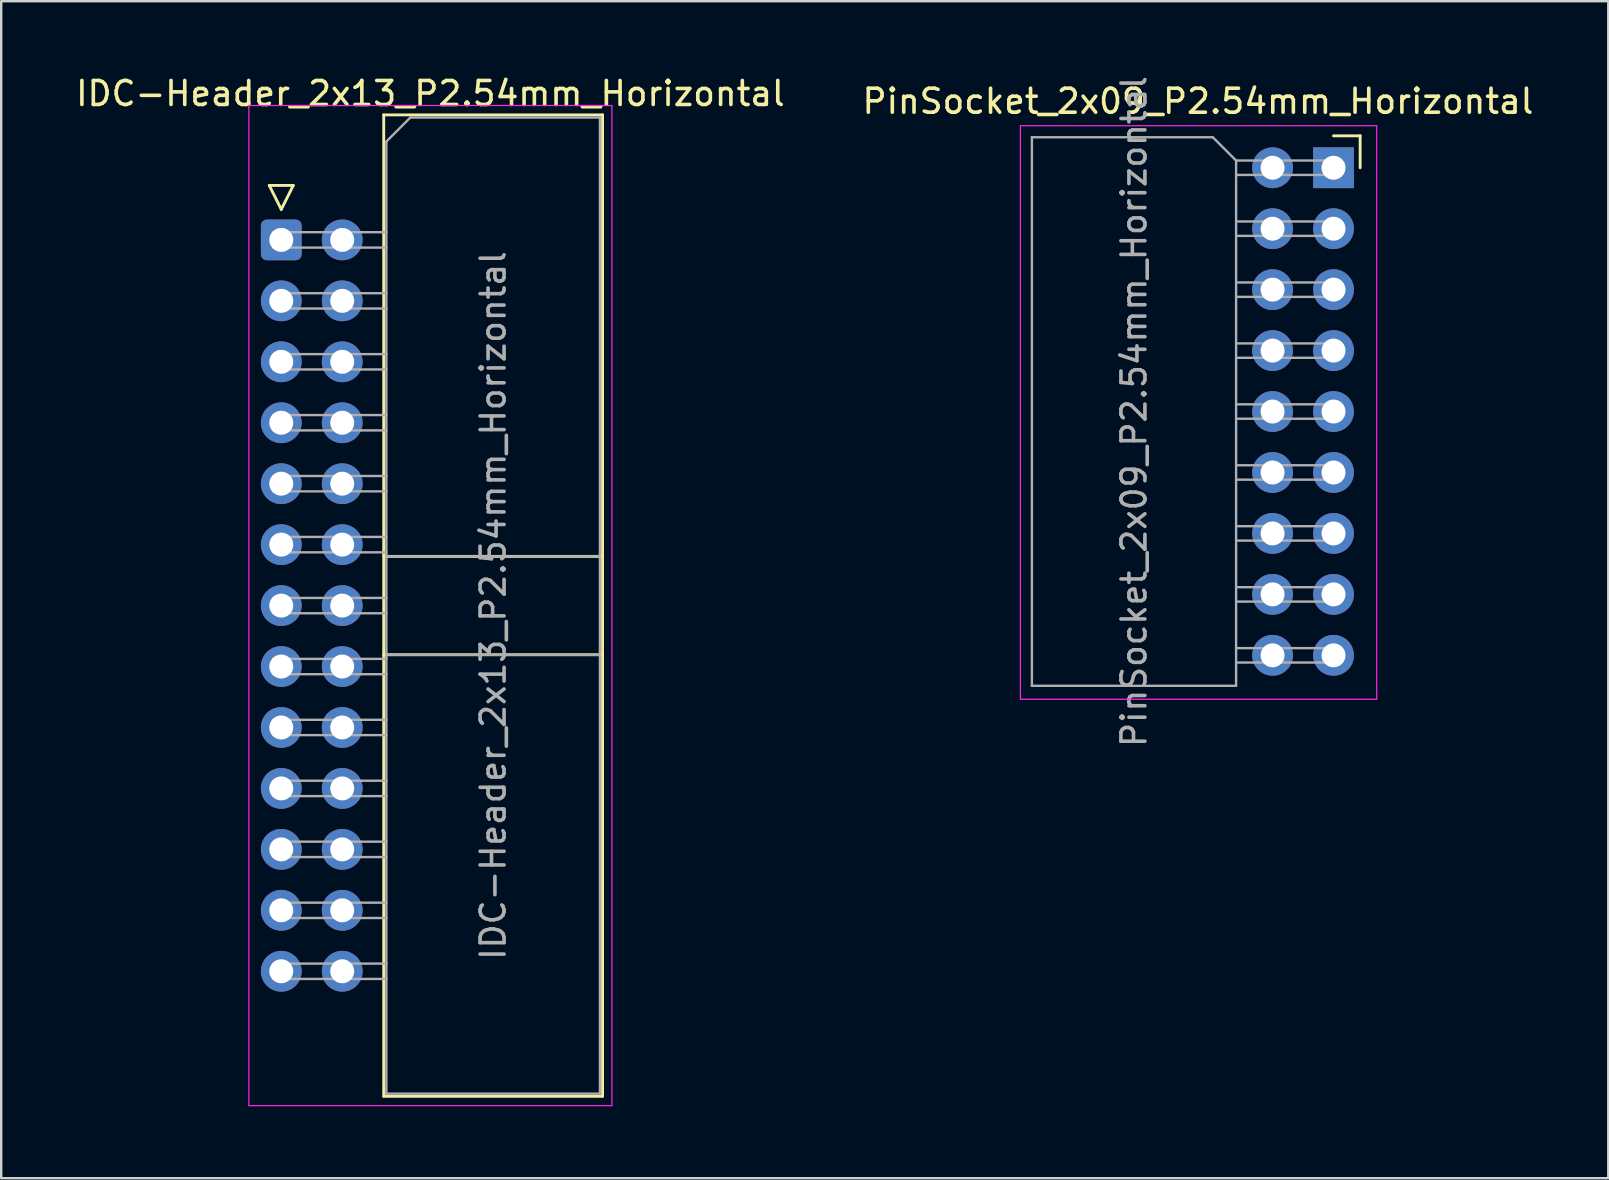
<source format=kicad_pcb>
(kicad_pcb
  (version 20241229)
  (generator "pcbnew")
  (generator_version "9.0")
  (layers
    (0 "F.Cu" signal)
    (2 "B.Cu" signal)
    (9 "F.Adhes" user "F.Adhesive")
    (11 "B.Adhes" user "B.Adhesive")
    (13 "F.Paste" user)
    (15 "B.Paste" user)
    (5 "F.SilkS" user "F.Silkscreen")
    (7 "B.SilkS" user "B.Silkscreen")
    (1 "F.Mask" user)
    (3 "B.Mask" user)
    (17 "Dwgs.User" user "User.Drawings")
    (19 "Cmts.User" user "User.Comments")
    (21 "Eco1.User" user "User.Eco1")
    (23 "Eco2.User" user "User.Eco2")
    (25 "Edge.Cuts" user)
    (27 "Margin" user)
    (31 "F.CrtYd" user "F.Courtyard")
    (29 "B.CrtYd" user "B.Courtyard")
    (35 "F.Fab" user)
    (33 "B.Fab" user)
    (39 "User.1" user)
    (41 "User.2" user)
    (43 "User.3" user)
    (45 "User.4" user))
  (footprint "PinSocket_2x09_P2.54mm_Horizontal"
    (layer "F.Cu")
    (at 52.525 3.941)
    (property "Reference" "PinSocket_2x09_P2.54mm_Horizontal" (at -5.65 -2.77 0) (layer "F.SilkS") (effects (font (size 1 1) (thickness 0.15))))
    (attr through_hole)
    (fp_line (start 0 -1.33) (end 1.11 -1.33) (stroke (width 0.12) (type solid)) (layer "F.SilkS"))
    (fp_line (start 1.11 -1.33) (end 1.11 0) (stroke (width 0.12) (type solid)) (layer "F.SilkS"))
    (fp_line (start -13.05 -1.75) (end -13.05 22.15) (stroke (width 0.05) (type solid)) (layer "F.CrtYd"))
    (fp_line (start -13.05 22.15) (end 1.8 22.15) (stroke (width 0.05) (type solid)) (layer "F.CrtYd"))
    (fp_line (start 1.8 -1.75) (end -13.05 -1.75) (stroke (width 0.05) (type solid)) (layer "F.CrtYd"))
    (fp_line (start 1.8 22.15) (end 1.8 -1.75) (stroke (width 0.05) (type solid)) (layer "F.CrtYd"))
    (fp_line (start -12.57 -1.27) (end -5.03 -1.27) (stroke (width 0.1) (type solid)) (layer "F.Fab"))
    (fp_line (start -12.57 21.59) (end -12.57 -1.27) (stroke (width 0.1) (type solid)) (layer "F.Fab"))
    (fp_line (start -5.03 -1.27) (end -4.06 -0.3) (stroke (width 0.1) (type solid)) (layer "F.Fab"))
    (fp_line (start -4.06 -0.3) (end -4.06 21.59) (stroke (width 0.1) (type solid)) (layer "F.Fab"))
    (fp_line (start -4.06 0.3) (end 0 0.3) (stroke (width 0.1) (type solid)) (layer "F.Fab"))
    (fp_line (start -4.06 2.84) (end 0 2.84) (stroke (width 0.1) (type solid)) (layer "F.Fab"))
    (fp_line (start -4.06 5.38) (end 0 5.38) (stroke (width 0.1) (type solid)) (layer "F.Fab"))
    (fp_line (start -4.06 7.92) (end 0 7.92) (stroke (width 0.1) (type solid)) (layer "F.Fab"))
    (fp_line (start -4.06 10.46) (end 0 10.46) (stroke (width 0.1) (type solid)) (layer "F.Fab"))
    (fp_line (start -4.06 13) (end 0 13) (stroke (width 0.1) (type solid)) (layer "F.Fab"))
    (fp_line (start -4.06 15.54) (end 0 15.54) (stroke (width 0.1) (type solid)) (layer "F.Fab"))
    (fp_line (start -4.06 18.08) (end 0 18.08) (stroke (width 0.1) (type solid)) (layer "F.Fab"))
    (fp_line (start -4.06 20.62) (end 0 20.62) (stroke (width 0.1) (type solid)) (layer "F.Fab"))
    (fp_line (start -4.06 21.59) (end -12.57 21.59) (stroke (width 0.1) (type solid)) (layer "F.Fab"))
    (fp_line (start 0 -0.3) (end -4.06 -0.3) (stroke (width 0.1) (type solid)) (layer "F.Fab"))
    (fp_line (start 0 0.3) (end 0 -0.3) (stroke (width 0.1) (type solid)) (layer "F.Fab"))
    (fp_line (start 0 2.24) (end -4.06 2.24) (stroke (width 0.1) (type solid)) (layer "F.Fab"))
    (fp_line (start 0 2.84) (end 0 2.24) (stroke (width 0.1) (type solid)) (layer "F.Fab"))
    (fp_line (start 0 4.78) (end -4.06 4.78) (stroke (width 0.1) (type solid)) (layer "F.Fab"))
    (fp_line (start 0 5.38) (end 0 4.78) (stroke (width 0.1) (type solid)) (layer "F.Fab"))
    (fp_line (start 0 7.32) (end -4.06 7.32) (stroke (width 0.1) (type solid)) (layer "F.Fab"))
    (fp_line (start 0 7.92) (end 0 7.32) (stroke (width 0.1) (type solid)) (layer "F.Fab"))
    (fp_line (start 0 9.86) (end -4.06 9.86) (stroke (width 0.1) (type solid)) (layer "F.Fab"))
    (fp_line (start 0 10.46) (end 0 9.86) (stroke (width 0.1) (type solid)) (layer "F.Fab"))
    (fp_line (start 0 12.4) (end -4.06 12.4) (stroke (width 0.1) (type solid)) (layer "F.Fab"))
    (fp_line (start 0 13) (end 0 12.4) (stroke (width 0.1) (type solid)) (layer "F.Fab"))
    (fp_line (start 0 14.94) (end -4.06 14.94) (stroke (width 0.1) (type solid)) (layer "F.Fab"))
    (fp_line (start 0 15.54) (end 0 14.94) (stroke (width 0.1) (type solid)) (layer "F.Fab"))
    (fp_line (start 0 17.48) (end -4.06 17.48) (stroke (width 0.1) (type solid)) (layer "F.Fab"))
    (fp_line (start 0 18.08) (end 0 17.48) (stroke (width 0.1) (type solid)) (layer "F.Fab"))
    (fp_line (start 0 20.02) (end -4.06 20.02) (stroke (width 0.1) (type solid)) (layer "F.Fab"))
    (fp_line (start 0 20.62) (end 0 20.02) (stroke (width 0.1) (type solid)) (layer "F.Fab"))
    (fp_text user "${REFERENCE}" (at -8.315 10.16 90) (layer "F.Fab") (effects (font (size 1 1) (thickness 0.15))))
    (pad "1" thru_hole rect (at 0 0) (size 1.7 1.7) (drill 1) (layers "*.Cu" "*.Mask"))
    (pad "2" thru_hole oval (at -2.54 0) (size 1.7 1.7) (drill 1) (layers "*.Cu" "*.Mask"))
    (pad "3" thru_hole oval (at 0 2.54) (size 1.7 1.7) (drill 1) (layers "*.Cu" "*.Mask"))
    (pad "4" thru_hole oval (at -2.54 2.54) (size 1.7 1.7) (drill 1) (layers "*.Cu" "*.Mask"))
    (pad "5" thru_hole oval (at 0 5.08) (size 1.7 1.7) (drill 1) (layers "*.Cu" "*.Mask"))
    (pad "6" thru_hole oval (at -2.54 5.08) (size 1.7 1.7) (drill 1) (layers "*.Cu" "*.Mask"))
    (pad "7" thru_hole oval (at 0 7.62) (size 1.7 1.7) (drill 1) (layers "*.Cu" "*.Mask"))
    (pad "8" thru_hole oval (at -2.54 7.62) (size 1.7 1.7) (drill 1) (layers "*.Cu" "*.Mask"))
    (pad "9" thru_hole oval (at 0 10.16) (size 1.7 1.7) (drill 1) (layers "*.Cu" "*.Mask"))
    (pad "10" thru_hole oval (at -2.54 10.16) (size 1.7 1.7) (drill 1) (layers "*.Cu" "*.Mask"))
    (pad "11" thru_hole oval (at 0 12.7) (size 1.7 1.7) (drill 1) (layers "*.Cu" "*.Mask"))
    (pad "12" thru_hole oval (at -2.54 12.7) (size 1.7 1.7) (drill 1) (layers "*.Cu" "*.Mask"))
    (pad "13" thru_hole oval (at 0 15.24) (size 1.7 1.7) (drill 1) (layers "*.Cu" "*.Mask"))
    (pad "14" thru_hole oval (at -2.54 15.24) (size 1.7 1.7) (drill 1) (layers "*.Cu" "*.Mask"))
    (pad "15" thru_hole oval (at 0 17.78) (size 1.7 1.7) (drill 1) (layers "*.Cu" "*.Mask"))
    (pad "16" thru_hole oval (at -2.54 17.78) (size 1.7 1.7) (drill 1) (layers "*.Cu" "*.Mask"))
    (pad "17" thru_hole oval (at 0 20.32) (size 1.7 1.7) (drill 1) (layers "*.Cu" "*.Mask"))
    (pad "18" thru_hole oval (at -2.54 20.32) (size 1.7 1.7) (drill 1) (layers "*.Cu" "*.Mask")))
  (footprint "IDC-Header_2x13_P2.54mm_Horizontal"
    (layer "F.Cu")
    (at 8.672 6.948)
    (property "Reference" "IDC-Header_2x13_P2.54mm_Horizontal" (at 6.215 -6.1 0) (layer "F.SilkS") (effects (font (size 1 1) (thickness 0.15))))
    (attr through_hole)
    (fp_line (start -0.5 -2.27) (end 0 -1.27) (stroke (width 0.12) (type solid)) (layer "F.SilkS"))
    (fp_line (start 0 -1.27) (end 0.5 -2.27) (stroke (width 0.12) (type solid)) (layer "F.SilkS"))
    (fp_line (start 0.5 -2.27) (end -0.5 -2.27) (stroke (width 0.12) (type solid)) (layer "F.SilkS"))
    (fp_line (start 4.27 -5.21) (end 13.39 -5.21) (stroke (width 0.12) (type solid)) (layer "F.SilkS"))
    (fp_line (start 4.27 13.19) (end 13.39 13.19) (stroke (width 0.12) (type solid)) (layer "F.SilkS"))
    (fp_line (start 4.27 17.29) (end 13.39 17.29) (stroke (width 0.12) (type solid)) (layer "F.SilkS"))
    (fp_line (start 4.27 35.69) (end 4.27 -5.21) (stroke (width 0.12) (type solid)) (layer "F.SilkS"))
    (fp_line (start 13.39 -5.21) (end 13.39 35.69) (stroke (width 0.12) (type solid)) (layer "F.SilkS"))
    (fp_line (start 13.39 35.69) (end 4.27 35.69) (stroke (width 0.12) (type solid)) (layer "F.SilkS"))
    (fp_line (start -1.35 -5.6) (end -1.35 36.08) (stroke (width 0.05) (type solid)) (layer "F.CrtYd"))
    (fp_line (start -1.35 36.08) (end 13.78 36.08) (stroke (width 0.05) (type solid)) (layer "F.CrtYd"))
    (fp_line (start 13.78 -5.6) (end -1.35 -5.6) (stroke (width 0.05) (type solid)) (layer "F.CrtYd"))
    (fp_line (start 13.78 36.08) (end 13.78 -5.6) (stroke (width 0.05) (type solid)) (layer "F.CrtYd"))
    (fp_line (start -0.32 -0.32) (end -0.32 0.32) (stroke (width 0.1) (type solid)) (layer "F.Fab"))
    (fp_line (start -0.32 0.32) (end 4.38 0.32) (stroke (width 0.1) (type solid)) (layer "F.Fab"))
    (fp_line (start -0.32 2.22) (end -0.32 2.86) (stroke (width 0.1) (type solid)) (layer "F.Fab"))
    (fp_line (start -0.32 2.86) (end 4.38 2.86) (stroke (width 0.1) (type solid)) (layer "F.Fab"))
    (fp_line (start -0.32 4.76) (end -0.32 5.4) (stroke (width 0.1) (type solid)) (layer "F.Fab"))
    (fp_line (start -0.32 5.4) (end 4.38 5.4) (stroke (width 0.1) (type solid)) (layer "F.Fab"))
    (fp_line (start -0.32 7.3) (end -0.32 7.94) (stroke (width 0.1) (type solid)) (layer "F.Fab"))
    (fp_line (start -0.32 7.94) (end 4.38 7.94) (stroke (width 0.1) (type solid)) (layer "F.Fab"))
    (fp_line (start -0.32 9.84) (end -0.32 10.48) (stroke (width 0.1) (type solid)) (layer "F.Fab"))
    (fp_line (start -0.32 10.48) (end 4.38 10.48) (stroke (width 0.1) (type solid)) (layer "F.Fab"))
    (fp_line (start -0.32 12.38) (end -0.32 13.02) (stroke (width 0.1) (type solid)) (layer "F.Fab"))
    (fp_line (start -0.32 13.02) (end 4.38 13.02) (stroke (width 0.1) (type solid)) (layer "F.Fab"))
    (fp_line (start -0.32 14.92) (end -0.32 15.56) (stroke (width 0.1) (type solid)) (layer "F.Fab"))
    (fp_line (start -0.32 15.56) (end 4.38 15.56) (stroke (width 0.1) (type solid)) (layer "F.Fab"))
    (fp_line (start -0.32 17.46) (end -0.32 18.1) (stroke (width 0.1) (type solid)) (layer "F.Fab"))
    (fp_line (start -0.32 18.1) (end 4.38 18.1) (stroke (width 0.1) (type solid)) (layer "F.Fab"))
    (fp_line (start -0.32 20) (end -0.32 20.64) (stroke (width 0.1) (type solid)) (layer "F.Fab"))
    (fp_line (start -0.32 20.64) (end 4.38 20.64) (stroke (width 0.1) (type solid)) (layer "F.Fab"))
    (fp_line (start -0.32 22.54) (end -0.32 23.18) (stroke (width 0.1) (type solid)) (layer "F.Fab"))
    (fp_line (start -0.32 23.18) (end 4.38 23.18) (stroke (width 0.1) (type solid)) (layer "F.Fab"))
    (fp_line (start -0.32 25.08) (end -0.32 25.72) (stroke (width 0.1) (type solid)) (layer "F.Fab"))
    (fp_line (start -0.32 25.72) (end 4.38 25.72) (stroke (width 0.1) (type solid)) (layer "F.Fab"))
    (fp_line (start -0.32 27.62) (end -0.32 28.26) (stroke (width 0.1) (type solid)) (layer "F.Fab"))
    (fp_line (start -0.32 28.26) (end 4.38 28.26) (stroke (width 0.1) (type solid)) (layer "F.Fab"))
    (fp_line (start -0.32 30.16) (end -0.32 30.8) (stroke (width 0.1) (type solid)) (layer "F.Fab"))
    (fp_line (start -0.32 30.8) (end 4.38 30.8) (stroke (width 0.1) (type solid)) (layer "F.Fab"))
    (fp_line (start 4.38 -4.1) (end 5.38 -5.1) (stroke (width 0.1) (type solid)) (layer "F.Fab"))
    (fp_line (start 4.38 -0.32) (end -0.32 -0.32) (stroke (width 0.1) (type solid)) (layer "F.Fab"))
    (fp_line (start 4.38 2.22) (end -0.32 2.22) (stroke (width 0.1) (type solid)) (layer "F.Fab"))
    (fp_line (start 4.38 4.76) (end -0.32 4.76) (stroke (width 0.1) (type solid)) (layer "F.Fab"))
    (fp_line (start 4.38 7.3) (end -0.32 7.3) (stroke (width 0.1) (type solid)) (layer "F.Fab"))
    (fp_line (start 4.38 9.84) (end -0.32 9.84) (stroke (width 0.1) (type solid)) (layer "F.Fab"))
    (fp_line (start 4.38 12.38) (end -0.32 12.38) (stroke (width 0.1) (type solid)) (layer "F.Fab"))
    (fp_line (start 4.38 13.19) (end 13.28 13.19) (stroke (width 0.1) (type solid)) (layer "F.Fab"))
    (fp_line (start 4.38 14.92) (end -0.32 14.92) (stroke (width 0.1) (type solid)) (layer "F.Fab"))
    (fp_line (start 4.38 17.29) (end 13.28 17.29) (stroke (width 0.1) (type solid)) (layer "F.Fab"))
    (fp_line (start 4.38 17.46) (end -0.32 17.46) (stroke (width 0.1) (type solid)) (layer "F.Fab"))
    (fp_line (start 4.38 20) (end -0.32 20) (stroke (width 0.1) (type solid)) (layer "F.Fab"))
    (fp_line (start 4.38 22.54) (end -0.32 22.54) (stroke (width 0.1) (type solid)) (layer "F.Fab"))
    (fp_line (start 4.38 25.08) (end -0.32 25.08) (stroke (width 0.1) (type solid)) (layer "F.Fab"))
    (fp_line (start 4.38 27.62) (end -0.32 27.62) (stroke (width 0.1) (type solid)) (layer "F.Fab"))
    (fp_line (start 4.38 30.16) (end -0.32 30.16) (stroke (width 0.1) (type solid)) (layer "F.Fab"))
    (fp_line (start 4.38 35.58) (end 4.38 -4.1) (stroke (width 0.1) (type solid)) (layer "F.Fab"))
    (fp_line (start 5.38 -5.1) (end 13.28 -5.1) (stroke (width 0.1) (type solid)) (layer "F.Fab"))
    (fp_line (start 13.28 -5.1) (end 13.28 35.58) (stroke (width 0.1) (type solid)) (layer "F.Fab"))
    (fp_line (start 13.28 35.58) (end 4.38 35.58) (stroke (width 0.1) (type solid)) (layer "F.Fab"))
    (fp_text user "${REFERENCE}" (at 8.83 15.24 90) (layer "F.Fab") (effects (font (size 1 1) (thickness 0.15))))
    (pad "1" thru_hole roundrect (at 0 0) (size 1.7 1.7) (drill 1) (layers "*.Cu" "*.Mask") (roundrect_rratio 0.147))
    (pad "2" thru_hole circle (at 2.54 0) (size 1.7 1.7) (drill 1) (layers "*.Cu" "*.Mask"))
    (pad "3" thru_hole circle (at 0 2.54) (size 1.7 1.7) (drill 1) (layers "*.Cu" "*.Mask"))
    (pad "4" thru_hole circle (at 2.54 2.54) (size 1.7 1.7) (drill 1) (layers "*.Cu" "*.Mask"))
    (pad "5" thru_hole circle (at 0 5.08) (size 1.7 1.7) (drill 1) (layers "*.Cu" "*.Mask"))
    (pad "6" thru_hole circle (at 2.54 5.08) (size 1.7 1.7) (drill 1) (layers "*.Cu" "*.Mask"))
    (pad "7" thru_hole circle (at 0 7.62) (size 1.7 1.7) (drill 1) (layers "*.Cu" "*.Mask"))
    (pad "8" thru_hole circle (at 2.54 7.62) (size 1.7 1.7) (drill 1) (layers "*.Cu" "*.Mask"))
    (pad "9" thru_hole circle (at 0 10.16) (size 1.7 1.7) (drill 1) (layers "*.Cu" "*.Mask"))
    (pad "10" thru_hole circle (at 2.54 10.16) (size 1.7 1.7) (drill 1) (layers "*.Cu" "*.Mask"))
    (pad "11" thru_hole circle (at 0 12.7) (size 1.7 1.7) (drill 1) (layers "*.Cu" "*.Mask"))
    (pad "12" thru_hole circle (at 2.54 12.7) (size 1.7 1.7) (drill 1) (layers "*.Cu" "*.Mask"))
    (pad "13" thru_hole circle (at 0 15.24) (size 1.7 1.7) (drill 1) (layers "*.Cu" "*.Mask"))
    (pad "14" thru_hole circle (at 2.54 15.24) (size 1.7 1.7) (drill 1) (layers "*.Cu" "*.Mask"))
    (pad "15" thru_hole circle (at 0 17.78) (size 1.7 1.7) (drill 1) (layers "*.Cu" "*.Mask"))
    (pad "16" thru_hole circle (at 2.54 17.78) (size 1.7 1.7) (drill 1) (layers "*.Cu" "*.Mask"))
    (pad "17" thru_hole circle (at 0 20.32) (size 1.7 1.7) (drill 1) (layers "*.Cu" "*.Mask"))
    (pad "18" thru_hole circle (at 2.54 20.32) (size 1.7 1.7) (drill 1) (layers "*.Cu" "*.Mask"))
    (pad "19" thru_hole circle (at 0 22.86) (size 1.7 1.7) (drill 1) (layers "*.Cu" "*.Mask"))
    (pad "20" thru_hole circle (at 2.54 22.86) (size 1.7 1.7) (drill 1) (layers "*.Cu" "*.Mask"))
    (pad "21" thru_hole circle (at 0 25.4) (size 1.7 1.7) (drill 1) (layers "*.Cu" "*.Mask"))
    (pad "22" thru_hole circle (at 2.54 25.4) (size 1.7 1.7) (drill 1) (layers "*.Cu" "*.Mask"))
    (pad "23" thru_hole circle (at 0 27.94) (size 1.7 1.7) (drill 1) (layers "*.Cu" "*.Mask"))
    (pad "24" thru_hole circle (at 2.54 27.94) (size 1.7 1.7) (drill 1) (layers "*.Cu" "*.Mask"))
    (pad "25" thru_hole circle (at 0 30.48) (size 1.7 1.7) (drill 1) (layers "*.Cu" "*.Mask"))
    (pad "26" thru_hole circle (at 2.54 30.48) (size 1.7 1.7) (drill 1) (layers "*.Cu" "*.Mask")))
  (gr_rect
    (start -3 -3)
    (end 63.976 46.053)
    (stroke (width 0.1) (type default))
    (fill no)
    (layer "Edge.Cuts")))
</source>
